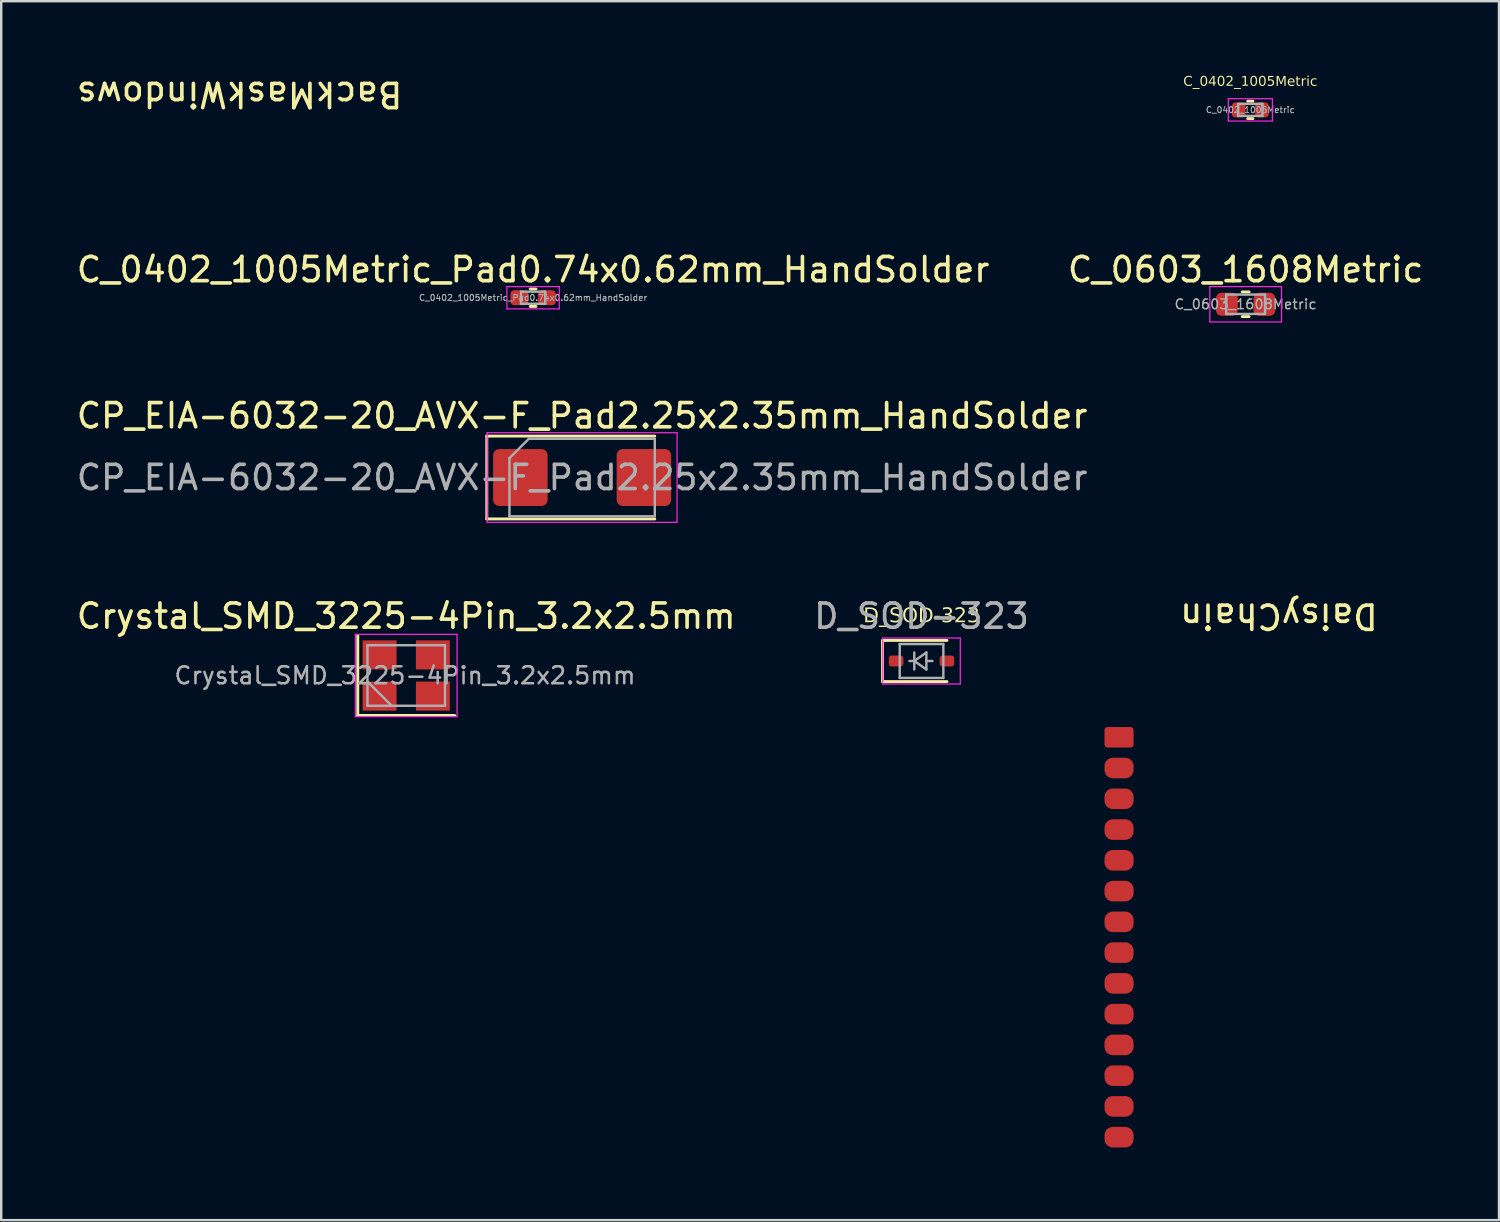
<source format=kicad_pcb>
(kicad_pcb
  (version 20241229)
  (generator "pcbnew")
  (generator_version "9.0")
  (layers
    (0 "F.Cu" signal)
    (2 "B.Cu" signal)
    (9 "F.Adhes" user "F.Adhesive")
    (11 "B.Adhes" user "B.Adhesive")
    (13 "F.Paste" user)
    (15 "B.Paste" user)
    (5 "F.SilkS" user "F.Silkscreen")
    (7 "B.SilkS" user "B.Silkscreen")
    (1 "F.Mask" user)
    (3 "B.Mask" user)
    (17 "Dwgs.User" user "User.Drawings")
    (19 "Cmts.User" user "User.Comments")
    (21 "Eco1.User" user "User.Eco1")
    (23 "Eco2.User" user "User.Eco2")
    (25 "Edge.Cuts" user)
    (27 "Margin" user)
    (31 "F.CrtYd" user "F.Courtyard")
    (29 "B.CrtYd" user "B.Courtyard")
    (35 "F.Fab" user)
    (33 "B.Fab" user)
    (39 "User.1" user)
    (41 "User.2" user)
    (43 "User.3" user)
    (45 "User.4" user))
  (footprint "CP_EIA-6032-20_AVX-F_Pad2.25x2.35mm_HandSolder"
    (layer "F.Cu")
    (at 20.982 16.664)
    (property "Reference" "CP_EIA-6032-20_AVX-F_Pad2.25x2.35mm_HandSolder" (at 0 -2.55 180) (layer "F.SilkS") (effects (font (size 1 1) (thickness 0.15))))
    (attr smd)
    (fp_line (start -3.935 -1.71) (end -3.935 1.71) (stroke (width 0.12) (type solid)) (layer "F.SilkS"))
    (fp_line (start -3.935 1.71) (end 3 1.71) (stroke (width 0.12) (type solid)) (layer "F.SilkS"))
    (fp_line (start 3 -1.71) (end -3.935 -1.71) (stroke (width 0.12) (type solid)) (layer "F.SilkS"))
    (fp_line (start -3.92 -1.85) (end 3.92 -1.85) (stroke (width 0.05) (type solid)) (layer "F.CrtYd"))
    (fp_line (start -3.92 1.85) (end -3.92 -1.85) (stroke (width 0.05) (type solid)) (layer "F.CrtYd"))
    (fp_line (start 3.92 -1.85) (end 3.92 1.85) (stroke (width 0.05) (type solid)) (layer "F.CrtYd"))
    (fp_line (start 3.92 1.85) (end -3.92 1.85) (stroke (width 0.05) (type solid)) (layer "F.CrtYd"))
    (fp_line (start -3 -0.8) (end -3 1.6) (stroke (width 0.1) (type solid)) (layer "F.Fab"))
    (fp_line (start -3 1.6) (end 3 1.6) (stroke (width 0.1) (type solid)) (layer "F.Fab"))
    (fp_line (start -2.2 -1.6) (end -3 -0.8) (stroke (width 0.1) (type solid)) (layer "F.Fab"))
    (fp_line (start 3 -1.6) (end -2.2 -1.6) (stroke (width 0.1) (type solid)) (layer "F.Fab"))
    (fp_line (start 3 1.6) (end 3 -1.6) (stroke (width 0.1) (type solid)) (layer "F.Fab"))
    (fp_text user "${REFERENCE}" (at 0 0 180) (layer "F.Fab") (effects (font (size 1 1) (thickness 0.15))))
    (pad "1" smd roundrect (at -2.55 0) (size 2.25 2.35) (layers "F.Cu" "F.Mask" "F.Paste") (roundrect_rratio 0.111))
    (pad "2" smd roundrect (at 2.55 0) (size 2.25 2.35) (layers "F.Cu" "F.Mask" "F.Paste") (roundrect_rratio 0.111)))
  (footprint "C_0402_1005Metric"
    (layer "F.Cu")
    (at 48.568 1.487)
    (property "Reference" "C_0402_1005Metric" (at 0 -1.16 180) (layer "F.SilkS") (effects (font (face "Eurostile Extended") (size 0.4 0.4) (thickness 0.15))))
    (attr smd)
    (fp_line (start -0.108 -0.36) (end 0.108 -0.36) (stroke (width 0.12) (type solid)) (layer "F.SilkS"))
    (fp_line (start -0.108 0.36) (end 0.108 0.36) (stroke (width 0.12) (type solid)) (layer "F.SilkS"))
    (fp_line (start -0.91 -0.46) (end 0.91 -0.46) (stroke (width 0.05) (type solid)) (layer "F.CrtYd"))
    (fp_line (start -0.91 0.46) (end -0.91 -0.46) (stroke (width 0.05) (type solid)) (layer "F.CrtYd"))
    (fp_line (start 0.91 -0.46) (end 0.91 0.46) (stroke (width 0.05) (type solid)) (layer "F.CrtYd"))
    (fp_line (start 0.91 0.46) (end -0.91 0.46) (stroke (width 0.05) (type solid)) (layer "F.CrtYd"))
    (fp_line (start -0.5 -0.25) (end 0.5 -0.25) (stroke (width 0.1) (type solid)) (layer "F.Fab"))
    (fp_line (start -0.5 0.25) (end -0.5 -0.25) (stroke (width 0.1) (type solid)) (layer "F.Fab"))
    (fp_line (start 0.5 -0.25) (end 0.5 0.25) (stroke (width 0.1) (type solid)) (layer "F.Fab"))
    (fp_line (start 0.5 0.25) (end -0.5 0.25) (stroke (width 0.1) (type solid)) (layer "F.Fab"))
    (fp_text user "${REFERENCE}" (at 0 0 180) (layer "F.Fab") (effects (font (size 0.25 0.25) (thickness 0.04))))
    (pad "1" smd roundrect (at -0.48 0 180) (size 0.56 0.62) (layers "F.Cu" "F.Mask" "F.Paste") (roundrect_rratio 0.25))
    (pad "2" smd roundrect (at 0.48 0 180) (size 0.56 0.62) (layers "F.Cu" "F.Mask" "F.Paste") (roundrect_rratio 0.25)))
  (footprint "C_0603_1608Metric"
    (layer "F.Cu")
    (at 48.375 9.511)
    (property "Reference" "C_0603_1608Metric" (at 0 -1.43 180) (layer "F.SilkS") (effects (font (size 1 1) (thickness 0.15))))
    (attr smd)
    (fp_line (start -0.141 -0.51) (end 0.141 -0.51) (stroke (width 0.12) (type solid)) (layer "F.SilkS"))
    (fp_line (start -0.141 0.51) (end 0.141 0.51) (stroke (width 0.12) (type solid)) (layer "F.SilkS"))
    (fp_line (start -1.48 -0.73) (end 1.48 -0.73) (stroke (width 0.05) (type solid)) (layer "F.CrtYd"))
    (fp_line (start -1.48 0.73) (end -1.48 -0.73) (stroke (width 0.05) (type solid)) (layer "F.CrtYd"))
    (fp_line (start 1.48 -0.73) (end 1.48 0.73) (stroke (width 0.05) (type solid)) (layer "F.CrtYd"))
    (fp_line (start 1.48 0.73) (end -1.48 0.73) (stroke (width 0.05) (type solid)) (layer "F.CrtYd"))
    (fp_line (start -0.8 -0.4) (end 0.8 -0.4) (stroke (width 0.1) (type solid)) (layer "F.Fab"))
    (fp_line (start -0.8 0.4) (end -0.8 -0.4) (stroke (width 0.1) (type solid)) (layer "F.Fab"))
    (fp_line (start 0.8 -0.4) (end 0.8 0.4) (stroke (width 0.1) (type solid)) (layer "F.Fab"))
    (fp_line (start 0.8 0.4) (end -0.8 0.4) (stroke (width 0.1) (type solid)) (layer "F.Fab"))
    (fp_text user "${REFERENCE}" (at 0 0 180) (layer "F.Fab") (effects (font (size 0.4 0.4) (thickness 0.06))))
    (pad "1" smd roundrect (at -0.775 0 180) (size 0.9 0.95) (layers "F.Cu" "F.Mask" "F.Paste") (roundrect_rratio 0.25))
    (pad "2" smd roundrect (at 0.775 0 180) (size 0.9 0.95) (layers "F.Cu" "F.Mask" "F.Paste") (roundrect_rratio 0.25)))
  (footprint "C_0402_1005Metric_Pad0.74x0.62mm_HandSolder"
    (layer "F.Cu")
    (at 18.958 9.241)
    (property "Reference" "C_0402_1005Metric_Pad0.74x0.62mm_HandSolder" (at 0 -1.16 180) (layer "F.SilkS") (effects (font (size 1 1) (thickness 0.15))))
    (attr smd)
    (fp_line (start -0.116 -0.36) (end 0.116 -0.36) (stroke (width 0.12) (type solid)) (layer "F.SilkS"))
    (fp_line (start -0.116 0.36) (end 0.116 0.36) (stroke (width 0.12) (type solid)) (layer "F.SilkS"))
    (fp_line (start -1.08 -0.46) (end 1.08 -0.46) (stroke (width 0.05) (type solid)) (layer "F.CrtYd"))
    (fp_line (start -1.08 0.46) (end -1.08 -0.46) (stroke (width 0.05) (type solid)) (layer "F.CrtYd"))
    (fp_line (start 1.08 -0.46) (end 1.08 0.46) (stroke (width 0.05) (type solid)) (layer "F.CrtYd"))
    (fp_line (start 1.08 0.46) (end -1.08 0.46) (stroke (width 0.05) (type solid)) (layer "F.CrtYd"))
    (fp_line (start -0.5 -0.25) (end 0.5 -0.25) (stroke (width 0.1) (type solid)) (layer "F.Fab"))
    (fp_line (start -0.5 0.25) (end -0.5 -0.25) (stroke (width 0.1) (type solid)) (layer "F.Fab"))
    (fp_line (start 0.5 -0.25) (end 0.5 0.25) (stroke (width 0.1) (type solid)) (layer "F.Fab"))
    (fp_line (start 0.5 0.25) (end -0.5 0.25) (stroke (width 0.1) (type solid)) (layer "F.Fab"))
    (fp_text user "${REFERENCE}" (at 0 0 180) (layer "F.Fab") (effects (font (size 0.25 0.25) (thickness 0.04))))
    (pad "1" smd roundrect (at -0.568 0 180) (size 0.735 0.62) (layers "F.Cu" "F.Mask" "F.Paste") (roundrect_rratio 0.25))
    (pad "2" smd roundrect (at 0.568 0 180) (size 0.735 0.62) (layers "F.Cu" "F.Mask" "F.Paste") (roundrect_rratio 0.25)))
  (footprint "BackMaskWindows"
    (layer "F.Cu")
    (at 6.839 3.388)
    (property "Reference" "BackMaskWindows" (at 0 -2.54 180) (unlocked yes) (layer "F.SilkS") (effects (font (size 1 1) (thickness 0.15))))
    (attr smd)
    (fp_rect (start 0 0.445) (end -0.508 -0.445) (stroke (width 0.8) (type solid)) (fill yes) (layer "F.Mask"))
    (fp_rect (start 2.54 0.445) (end 2.032 -0.445) (stroke (width 0.8) (type solid)) (fill yes) (layer "F.Mask"))
    (fp_rect (start 5.08 0.445) (end 4.572 -0.445) (stroke (width 0.8) (type solid)) (fill yes) (layer "F.Mask"))
    (fp_rect (start 7.62 0.445) (end 7.112 -0.445) (stroke (width 0.8) (type solid)) (fill yes) (layer "F.Mask"))
    (fp_rect (start 10.16 0.445) (end 9.652 -0.445) (stroke (width 0.8) (type solid)) (fill yes) (layer "F.Mask"))
    (fp_rect (start 12.7 0.445) (end 12.192 -0.445) (stroke (width 0.8) (type solid)) (fill yes) (layer "F.Mask"))
    (fp_rect (start 15.24 0.445) (end 14.732 -0.445) (stroke (width 0.8) (type solid)) (fill yes) (layer "F.Mask"))
    (fp_rect (start 17.78 0.445) (end 17.272 -0.445) (stroke (width 0.8) (type solid)) (fill yes) (layer "F.Mask"))
    (fp_rect (start 20.32 0.445) (end 19.812 -0.445) (stroke (width 0.8) (type solid)) (fill yes) (layer "F.Mask"))
    (fp_rect (start 22.86 0.445) (end 22.352 -0.445) (stroke (width 0.8) (type solid)) (fill yes) (layer "F.Mask"))
    (fp_rect (start 25.4 0.445) (end 24.892 -0.445) (stroke (width 0.8) (type solid)) (fill yes) (layer "F.Mask"))
    (fp_rect (start 27.94 0.445) (end 27.432 -0.445) (stroke (width 0.8) (type solid)) (fill yes) (layer "F.Mask"))
    (fp_rect (start 30.48 0.445) (end 29.972 -0.445) (stroke (width 0.8) (type solid)) (fill yes) (layer "F.Mask"))
    (fp_rect (start 33.02 0.445) (end 32.512 -0.445) (stroke (width 0.8) (type solid)) (fill yes) (layer "F.Mask"))
    (fp_rect (start 35.56 0.445) (end 35.052 -0.445) (stroke (width 0.8) (type solid)) (fill yes) (layer "F.Mask")))
  (footprint "DaisyChain"
    (layer "F.Cu")
    (at 43.148 27.387)
    (property "Reference" "DaisyChain" (at 6.6 -5 180) (unlocked yes) (layer "F.SilkS") (effects (font (size 1 1) (thickness 0.15))))
    (attr through_hole)
    (pad "1" smd roundrect (at 0 0 180) (size 1.2 0.85) (layers "F.Cu" "F.Mask" "F.Paste") (roundrect_rratio 0.15))
    (pad "2" smd roundrect (at 0 1.27 180) (size 1.2 0.85) (layers "F.Cu" "F.Mask" "F.Paste") (roundrect_rratio 0.4))
    (pad "3" smd roundrect (at 0 2.54 180) (size 1.2 0.85) (layers "F.Cu" "F.Mask" "F.Paste") (roundrect_rratio 0.4))
    (pad "4" smd roundrect (at 0 3.81 180) (size 1.2 0.85) (layers "F.Cu" "F.Mask" "F.Paste") (roundrect_rratio 0.4))
    (pad "5" smd roundrect (at 0 5.08 180) (size 1.2 0.85) (layers "F.Cu" "F.Mask" "F.Paste") (roundrect_rratio 0.4))
    (pad "6" smd roundrect (at 0 6.35 180) (size 1.2 0.85) (layers "F.Cu" "F.Mask" "F.Paste") (roundrect_rratio 0.4))
    (pad "7" smd roundrect (at 0 7.62 180) (size 1.2 0.85) (layers "F.Cu" "F.Mask" "F.Paste") (roundrect_rratio 0.4))
    (pad "8" smd roundrect (at 0 8.89 180) (size 1.2 0.85) (layers "F.Cu" "F.Mask" "F.Paste") (roundrect_rratio 0.4))
    (pad "9" smd roundrect (at 0 10.16 180) (size 1.2 0.85) (layers "F.Cu" "F.Mask" "F.Paste") (roundrect_rratio 0.4))
    (pad "10" smd roundrect (at 0 11.43 180) (size 1.2 0.85) (layers "F.Cu" "F.Mask" "F.Paste") (roundrect_rratio 0.4))
    (pad "11" smd roundrect (at 0 12.7 180) (size 1.2 0.85) (layers "F.Cu" "F.Mask" "F.Paste") (roundrect_rratio 0.4))
    (pad "12" smd roundrect (at 0 13.97 180) (size 1.2 0.85) (layers "F.Cu" "F.Mask" "F.Paste") (roundrect_rratio 0.4))
    (pad "13" smd roundrect (at 0 15.24 180) (size 1.2 0.85) (layers "F.Cu" "F.Mask" "F.Paste") (roundrect_rratio 0.4))
    (pad "14" smd roundrect (at 0 16.51 180) (size 1.2 0.85) (layers "F.Cu" "F.Mask" "F.Paste") (roundrect_rratio 0.4)))
  (footprint "Crystal_SMD_3225-4Pin_3.2x2.5mm"
    (layer "F.Cu")
    (at 13.72 24.837)
    (property "Reference" "Crystal_SMD_3225-4Pin_3.2x2.5mm" (at 0 -2.45 180) (layer "F.SilkS") (effects (font (size 1 1) (thickness 0.15))))
    (attr smd)
    (fp_line (start -2 -1.65) (end -2 1.65) (stroke (width 0.12) (type solid)) (layer "F.SilkS"))
    (fp_line (start -2 1.65) (end 2 1.65) (stroke (width 0.12) (type solid)) (layer "F.SilkS"))
    (fp_line (start -2.1 -1.7) (end -2.1 1.7) (stroke (width 0.05) (type solid)) (layer "F.CrtYd"))
    (fp_line (start -2.1 1.7) (end 2.1 1.7) (stroke (width 0.05) (type solid)) (layer "F.CrtYd"))
    (fp_line (start 2.1 -1.7) (end -2.1 -1.7) (stroke (width 0.05) (type solid)) (layer "F.CrtYd"))
    (fp_line (start 2.1 1.7) (end 2.1 -1.7) (stroke (width 0.05) (type solid)) (layer "F.CrtYd"))
    (fp_line (start -1.6 -1.25) (end -1.6 1.25) (stroke (width 0.1) (type solid)) (layer "F.Fab"))
    (fp_line (start -1.6 0.25) (end -0.6 1.25) (stroke (width 0.1) (type solid)) (layer "F.Fab"))
    (fp_line (start -1.6 1.25) (end 1.6 1.25) (stroke (width 0.1) (type solid)) (layer "F.Fab"))
    (fp_line (start 1.6 -1.25) (end -1.6 -1.25) (stroke (width 0.1) (type solid)) (layer "F.Fab"))
    (fp_line (start 1.6 1.25) (end 1.6 -1.25) (stroke (width 0.1) (type solid)) (layer "F.Fab"))
    (fp_text user "${REFERENCE}" (at -0.05 0 180) (layer "F.Fab") (effects (font (size 0.7 0.7) (thickness 0.105))))
    (pad "1" smd rect (at -1.1 0.85 180) (size 1.4 1.2) (layers "F.Cu" "F.Mask" "F.Paste"))
    (pad "2" smd rect (at 1.1 0.85 180) (size 1.4 1.2) (layers "F.Cu" "F.Mask" "F.Paste"))
    (pad "3" smd rect (at 1.1 -0.85 180) (size 1.4 1.2) (layers "F.Cu" "F.Mask" "F.Paste"))
    (pad "4" smd rect (at -1.1 -0.85 180) (size 1.4 1.2) (layers "F.Cu" "F.Mask" "F.Paste")))
  (footprint "D_SOD-323"
    (layer "F.Cu")
    (at 34.994 24.238)
    (property "Reference" "D_SOD-323" (at 0 -1.85 180) (layer "F.SilkS") (effects (font (face "Eurostile Next LT Com Light Ext") (size 0.6 0.6) (thickness 0.15))))
    (attr smd)
    (fp_line (start -1.61 -0.85) (end -1.61 0.85) (stroke (width 0.12) (type solid)) (layer "F.SilkS"))
    (fp_line (start -1.61 -0.85) (end 1.05 -0.85) (stroke (width 0.12) (type solid)) (layer "F.SilkS"))
    (fp_line (start -1.61 0.85) (end 1.05 0.85) (stroke (width 0.12) (type solid)) (layer "F.SilkS"))
    (fp_line (start -1.6 -0.95) (end -1.6 0.95) (stroke (width 0.05) (type solid)) (layer "F.CrtYd"))
    (fp_line (start -1.6 -0.95) (end 1.6 -0.95) (stroke (width 0.05) (type solid)) (layer "F.CrtYd"))
    (fp_line (start -1.6 0.95) (end 1.6 0.95) (stroke (width 0.05) (type solid)) (layer "F.CrtYd"))
    (fp_line (start 1.6 -0.95) (end 1.6 0.95) (stroke (width 0.05) (type solid)) (layer "F.CrtYd"))
    (fp_line (start -0.9 -0.7) (end 0.9 -0.7) (stroke (width 0.1) (type solid)) (layer "F.Fab"))
    (fp_line (start -0.9 0.7) (end -0.9 -0.7) (stroke (width 0.1) (type solid)) (layer "F.Fab"))
    (fp_line (start -0.3 -0.35) (end -0.3 0.35) (stroke (width 0.1) (type solid)) (layer "F.Fab"))
    (fp_line (start -0.3 0) (end -0.5 0) (stroke (width 0.1) (type solid)) (layer "F.Fab"))
    (fp_line (start -0.3 0) (end 0.2 -0.35) (stroke (width 0.1) (type solid)) (layer "F.Fab"))
    (fp_line (start 0.2 -0.35) (end 0.2 0.35) (stroke (width 0.1) (type solid)) (layer "F.Fab"))
    (fp_line (start 0.2 0) (end 0.45 0) (stroke (width 0.1) (type solid)) (layer "F.Fab"))
    (fp_line (start 0.2 0.35) (end -0.3 0) (stroke (width 0.1) (type solid)) (layer "F.Fab"))
    (fp_line (start 0.9 -0.7) (end 0.9 0.7) (stroke (width 0.1) (type solid)) (layer "F.Fab"))
    (fp_line (start 0.9 0.7) (end -0.9 0.7) (stroke (width 0.1) (type solid)) (layer "F.Fab"))
    (fp_text user "${REFERENCE}" (at 0 -1.85 180) (layer "F.Fab") (effects (font (size 1 1) (thickness 0.15))))
    (pad "1" smd roundrect (at -1.05 0 180) (size 0.6 0.45) (layers "F.Cu" "F.Mask" "F.Paste") (roundrect_rratio 0.25))
    (pad "2" smd roundrect (at 1.05 0 180) (size 0.6 0.45) (layers "F.Cu" "F.Mask" "F.Paste") (roundrect_rratio 0.25)))
  (gr_rect
    (start -3 -3)
    (end 58.833 47.322)
    (stroke (width 0.1) (type default))
    (fill no)
    (layer "Edge.Cuts")))
</source>
